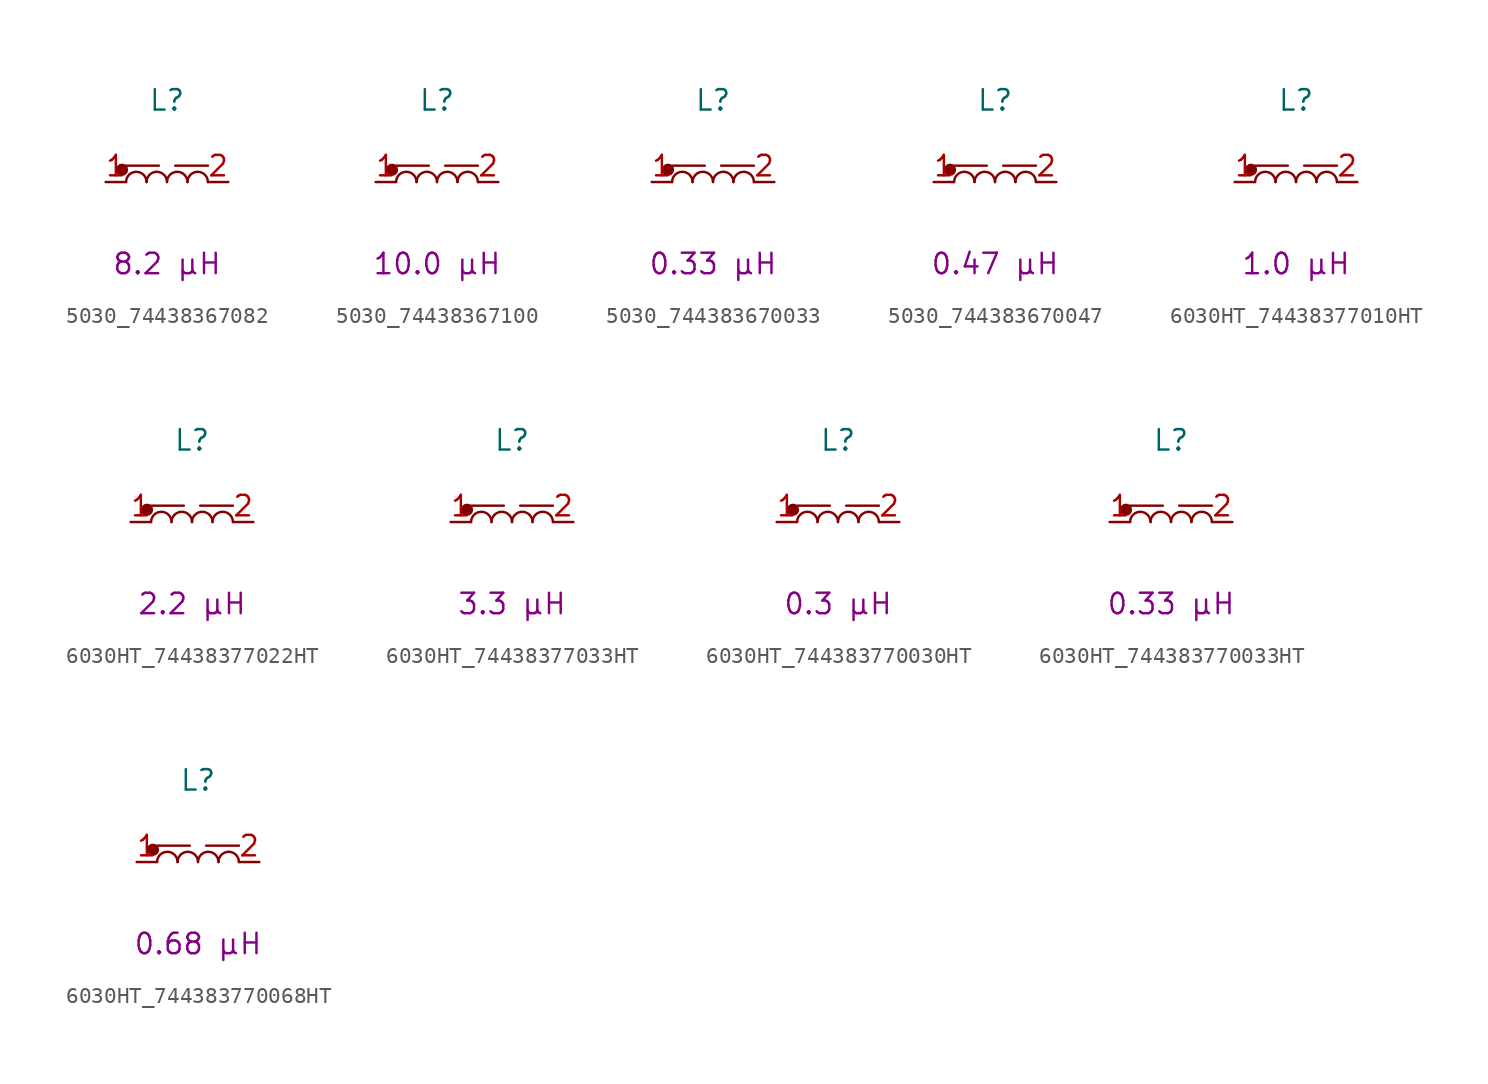
<source format=kicad_sym>
(kicad_symbol_lib
  (version 20220914)
  (generator kicad_symbol_editor)
  (symbol "5030_74438367082"
    (pin_names hide)
    (property "Reference" "L"
      (at 0 5.08 0)
      (effects (font (size 1.27 1.27))))
    (property "Critical Parameter" "8.2 µH"
      (at 0 -5.08 0)
      (effects (font (size 1.27 1.27))))
    (symbol "5030_74438367082_0_1"
      (arc (start -1.27 0) (mid -1.905 0.6323) (end -2.54 0) (stroke (width 0) (type default)) (fill (type none)))
      (arc (start 0 0) (mid -0.635 0.6323) (end -1.27 0) (stroke (width 0) (type default)) (fill (type none)))
      (polyline (pts (xy -2.54 1.016) (xy -0.508 1.016)) (stroke (width 0) (type default)) (fill (type none)))
      (arc (start 1.27 0) (mid 0.635 0.6323) (end 0 0) (stroke (width 0) (type default)) (fill (type none)))
      (arc (start 2.54 0) (mid 1.905 0.6323) (end 1.27 0) (stroke (width 0) (type default)) (fill (type none))))
    (symbol "5030_74438367082_1_1"
      (circle (center -2.794 0.762) (radius 0.0001) (stroke (width 0.381) (type default)) (fill (type none)))
      (polyline (pts (xy 2.54 1.016) (xy 0.508 1.016)) (stroke (width 0) (type default)) (fill (type none)))
      (pin passive line (at -3.81 0 0) (length 1.27) (name "1" (effects (font (size 1.27 1.27)))) (number "1" (effects (font (size 1.27 1.27)))))
      (pin passive line (at 3.81 0 180) (length 1.27) (name "2" (effects (font (size 1.27 1.27)))) (number "2" (effects (font (size 1.27 1.27)))))))
  (symbol "5030_74438367100"
    (pin_names hide)
    (property "Reference" "L"
      (at 0 5.08 0)
      (effects (font (size 1.27 1.27))))
    (property "Critical Parameter" "10.0 µH"
      (at 0 -5.08 0)
      (effects (font (size 1.27 1.27))))
    (symbol "5030_74438367100_0_1"
      (arc (start -1.27 0) (mid -1.905 0.6323) (end -2.54 0) (stroke (width 0) (type default)) (fill (type none)))
      (arc (start 0 0) (mid -0.635 0.6323) (end -1.27 0) (stroke (width 0) (type default)) (fill (type none)))
      (polyline (pts (xy -2.54 1.016) (xy -0.508 1.016)) (stroke (width 0) (type default)) (fill (type none)))
      (arc (start 1.27 0) (mid 0.635 0.6323) (end 0 0) (stroke (width 0) (type default)) (fill (type none)))
      (arc (start 2.54 0) (mid 1.905 0.6323) (end 1.27 0) (stroke (width 0) (type default)) (fill (type none))))
    (symbol "5030_74438367100_1_1"
      (circle (center -2.794 0.762) (radius 0.0001) (stroke (width 0.381) (type default)) (fill (type none)))
      (polyline (pts (xy 2.54 1.016) (xy 0.508 1.016)) (stroke (width 0) (type default)) (fill (type none)))
      (pin passive line (at -3.81 0 0) (length 1.27) (name "1" (effects (font (size 1.27 1.27)))) (number "1" (effects (font (size 1.27 1.27)))))
      (pin passive line (at 3.81 0 180) (length 1.27) (name "2" (effects (font (size 1.27 1.27)))) (number "2" (effects (font (size 1.27 1.27)))))))
  (symbol "5030_744383670033"
    (pin_names hide)
    (property "Reference" "L"
      (at 0 5.08 0)
      (effects (font (size 1.27 1.27))))
    (property "Critical Parameter" "0.33 µH"
      (at 0 -5.08 0)
      (effects (font (size 1.27 1.27))))
    (symbol "5030_744383670033_0_1"
      (arc (start -1.27 0) (mid -1.905 0.6323) (end -2.54 0) (stroke (width 0) (type default)) (fill (type none)))
      (arc (start 0 0) (mid -0.635 0.6323) (end -1.27 0) (stroke (width 0) (type default)) (fill (type none)))
      (polyline (pts (xy -2.54 1.016) (xy -0.508 1.016)) (stroke (width 0) (type default)) (fill (type none)))
      (arc (start 1.27 0) (mid 0.635 0.6323) (end 0 0) (stroke (width 0) (type default)) (fill (type none)))
      (arc (start 2.54 0) (mid 1.905 0.6323) (end 1.27 0) (stroke (width 0) (type default)) (fill (type none))))
    (symbol "5030_744383670033_1_1"
      (circle (center -2.794 0.762) (radius 0.0001) (stroke (width 0.381) (type default)) (fill (type none)))
      (polyline (pts (xy 2.54 1.016) (xy 0.508 1.016)) (stroke (width 0) (type default)) (fill (type none)))
      (pin passive line (at -3.81 0 0) (length 1.27) (name "1" (effects (font (size 1.27 1.27)))) (number "1" (effects (font (size 1.27 1.27)))))
      (pin passive line (at 3.81 0 180) (length 1.27) (name "2" (effects (font (size 1.27 1.27)))) (number "2" (effects (font (size 1.27 1.27)))))))
  (symbol "5030_744383670047"
    (pin_names hide)
    (property "Reference" "L"
      (at 0 5.08 0)
      (effects (font (size 1.27 1.27))))
    (property "Critical Parameter" "0.47 µH"
      (at 0 -5.08 0)
      (effects (font (size 1.27 1.27))))
    (symbol "5030_744383670047_0_1"
      (arc (start -1.27 0) (mid -1.905 0.6323) (end -2.54 0) (stroke (width 0) (type default)) (fill (type none)))
      (arc (start 0 0) (mid -0.635 0.6323) (end -1.27 0) (stroke (width 0) (type default)) (fill (type none)))
      (polyline (pts (xy -2.54 1.016) (xy -0.508 1.016)) (stroke (width 0) (type default)) (fill (type none)))
      (arc (start 1.27 0) (mid 0.635 0.6323) (end 0 0) (stroke (width 0) (type default)) (fill (type none)))
      (arc (start 2.54 0) (mid 1.905 0.6323) (end 1.27 0) (stroke (width 0) (type default)) (fill (type none))))
    (symbol "5030_744383670047_1_1"
      (circle (center -2.794 0.762) (radius 0.0001) (stroke (width 0.381) (type default)) (fill (type none)))
      (polyline (pts (xy 2.54 1.016) (xy 0.508 1.016)) (stroke (width 0) (type default)) (fill (type none)))
      (pin passive line (at -3.81 0 0) (length 1.27) (name "1" (effects (font (size 1.27 1.27)))) (number "1" (effects (font (size 1.27 1.27)))))
      (pin passive line (at 3.81 0 180) (length 1.27) (name "2" (effects (font (size 1.27 1.27)))) (number "2" (effects (font (size 1.27 1.27)))))))
  (symbol "6030HT_74438377010HT"
    (pin_names hide)
    (property "Reference" "L"
      (at 0 5.08 0)
      (effects (font (size 1.27 1.27))))
    (property "Critical Parameter" "1.0 µH"
      (at 0 -5.08 0)
      (effects (font (size 1.27 1.27))))
    (symbol "6030HT_74438377010HT_0_1"
      (arc (start -1.27 0) (mid -1.905 0.6323) (end -2.54 0) (stroke (width 0) (type default)) (fill (type none)))
      (arc (start 0 0) (mid -0.635 0.6323) (end -1.27 0) (stroke (width 0) (type default)) (fill (type none)))
      (polyline (pts (xy -2.54 1.016) (xy -0.508 1.016)) (stroke (width 0) (type default)) (fill (type none)))
      (arc (start 1.27 0) (mid 0.635 0.6323) (end 0 0) (stroke (width 0) (type default)) (fill (type none)))
      (arc (start 2.54 0) (mid 1.905 0.6323) (end 1.27 0) (stroke (width 0) (type default)) (fill (type none))))
    (symbol "6030HT_74438377010HT_1_1"
      (circle (center -2.794 0.762) (radius 0.0001) (stroke (width 0.381) (type default)) (fill (type none)))
      (polyline (pts (xy 2.54 1.016) (xy 0.508 1.016)) (stroke (width 0) (type default)) (fill (type none)))
      (pin passive line (at -3.81 0 0) (length 1.27) (name "1" (effects (font (size 1.27 1.27)))) (number "1" (effects (font (size 1.27 1.27)))))
      (pin passive line (at 3.81 0 180) (length 1.27) (name "2" (effects (font (size 1.27 1.27)))) (number "2" (effects (font (size 1.27 1.27)))))))
  (symbol "6030HT_74438377022HT"
    (pin_names hide)
    (property "Reference" "L"
      (at 0 5.08 0)
      (effects (font (size 1.27 1.27))))
    (property "Critical Parameter" "2.2 µH"
      (at 0 -5.08 0)
      (effects (font (size 1.27 1.27))))
    (symbol "6030HT_74438377022HT_0_1"
      (arc (start -1.27 0) (mid -1.905 0.6323) (end -2.54 0) (stroke (width 0) (type default)) (fill (type none)))
      (arc (start 0 0) (mid -0.635 0.6323) (end -1.27 0) (stroke (width 0) (type default)) (fill (type none)))
      (polyline (pts (xy -2.54 1.016) (xy -0.508 1.016)) (stroke (width 0) (type default)) (fill (type none)))
      (arc (start 1.27 0) (mid 0.635 0.6323) (end 0 0) (stroke (width 0) (type default)) (fill (type none)))
      (arc (start 2.54 0) (mid 1.905 0.6323) (end 1.27 0) (stroke (width 0) (type default)) (fill (type none))))
    (symbol "6030HT_74438377022HT_1_1"
      (circle (center -2.794 0.762) (radius 0.0001) (stroke (width 0.381) (type default)) (fill (type none)))
      (polyline (pts (xy 2.54 1.016) (xy 0.508 1.016)) (stroke (width 0) (type default)) (fill (type none)))
      (pin passive line (at -3.81 0 0) (length 1.27) (name "1" (effects (font (size 1.27 1.27)))) (number "1" (effects (font (size 1.27 1.27)))))
      (pin passive line (at 3.81 0 180) (length 1.27) (name "2" (effects (font (size 1.27 1.27)))) (number "2" (effects (font (size 1.27 1.27)))))))
  (symbol "6030HT_74438377033HT"
    (pin_names hide)
    (property "Reference" "L"
      (at 0 5.08 0)
      (effects (font (size 1.27 1.27))))
    (property "Critical Parameter" "3.3 µH"
      (at 0 -5.08 0)
      (effects (font (size 1.27 1.27))))
    (symbol "6030HT_74438377033HT_0_1"
      (arc (start -1.27 0) (mid -1.905 0.6323) (end -2.54 0) (stroke (width 0) (type default)) (fill (type none)))
      (arc (start 0 0) (mid -0.635 0.6323) (end -1.27 0) (stroke (width 0) (type default)) (fill (type none)))
      (polyline (pts (xy -2.54 1.016) (xy -0.508 1.016)) (stroke (width 0) (type default)) (fill (type none)))
      (arc (start 1.27 0) (mid 0.635 0.6323) (end 0 0) (stroke (width 0) (type default)) (fill (type none)))
      (arc (start 2.54 0) (mid 1.905 0.6323) (end 1.27 0) (stroke (width 0) (type default)) (fill (type none))))
    (symbol "6030HT_74438377033HT_1_1"
      (circle (center -2.794 0.762) (radius 0.0001) (stroke (width 0.381) (type default)) (fill (type none)))
      (polyline (pts (xy 2.54 1.016) (xy 0.508 1.016)) (stroke (width 0) (type default)) (fill (type none)))
      (pin passive line (at -3.81 0 0) (length 1.27) (name "1" (effects (font (size 1.27 1.27)))) (number "1" (effects (font (size 1.27 1.27)))))
      (pin passive line (at 3.81 0 180) (length 1.27) (name "2" (effects (font (size 1.27 1.27)))) (number "2" (effects (font (size 1.27 1.27)))))))
  (symbol "6030HT_744383770030HT"
    (pin_names hide)
    (property "Reference" "L"
      (at 0 5.08 0)
      (effects (font (size 1.27 1.27))))
    (property "Critical Parameter" "0.3 µH"
      (at 0 -5.08 0)
      (effects (font (size 1.27 1.27))))
    (symbol "6030HT_744383770030HT_0_1"
      (arc (start -1.27 0) (mid -1.905 0.6323) (end -2.54 0) (stroke (width 0) (type default)) (fill (type none)))
      (arc (start 0 0) (mid -0.635 0.6323) (end -1.27 0) (stroke (width 0) (type default)) (fill (type none)))
      (polyline (pts (xy -2.54 1.016) (xy -0.508 1.016)) (stroke (width 0) (type default)) (fill (type none)))
      (arc (start 1.27 0) (mid 0.635 0.6323) (end 0 0) (stroke (width 0) (type default)) (fill (type none)))
      (arc (start 2.54 0) (mid 1.905 0.6323) (end 1.27 0) (stroke (width 0) (type default)) (fill (type none))))
    (symbol "6030HT_744383770030HT_1_1"
      (circle (center -2.794 0.762) (radius 0.0001) (stroke (width 0.381) (type default)) (fill (type none)))
      (polyline (pts (xy 2.54 1.016) (xy 0.508 1.016)) (stroke (width 0) (type default)) (fill (type none)))
      (pin passive line (at -3.81 0 0) (length 1.27) (name "1" (effects (font (size 1.27 1.27)))) (number "1" (effects (font (size 1.27 1.27)))))
      (pin passive line (at 3.81 0 180) (length 1.27) (name "2" (effects (font (size 1.27 1.27)))) (number "2" (effects (font (size 1.27 1.27)))))))
  (symbol "6030HT_744383770033HT"
    (pin_names hide)
    (property "Reference" "L"
      (at 0 5.08 0)
      (effects (font (size 1.27 1.27))))
    (property "Critical Parameter" "0.33 µH"
      (at 0 -5.08 0)
      (effects (font (size 1.27 1.27))))
    (symbol "6030HT_744383770033HT_0_1"
      (arc (start -1.27 0) (mid -1.905 0.6323) (end -2.54 0) (stroke (width 0) (type default)) (fill (type none)))
      (arc (start 0 0) (mid -0.635 0.6323) (end -1.27 0) (stroke (width 0) (type default)) (fill (type none)))
      (polyline (pts (xy -2.54 1.016) (xy -0.508 1.016)) (stroke (width 0) (type default)) (fill (type none)))
      (arc (start 1.27 0) (mid 0.635 0.6323) (end 0 0) (stroke (width 0) (type default)) (fill (type none)))
      (arc (start 2.54 0) (mid 1.905 0.6323) (end 1.27 0) (stroke (width 0) (type default)) (fill (type none))))
    (symbol "6030HT_744383770033HT_1_1"
      (circle (center -2.794 0.762) (radius 0.0001) (stroke (width 0.381) (type default)) (fill (type none)))
      (polyline (pts (xy 2.54 1.016) (xy 0.508 1.016)) (stroke (width 0) (type default)) (fill (type none)))
      (pin passive line (at -3.81 0 0) (length 1.27) (name "1" (effects (font (size 1.27 1.27)))) (number "1" (effects (font (size 1.27 1.27)))))
      (pin passive line (at 3.81 0 180) (length 1.27) (name "2" (effects (font (size 1.27 1.27)))) (number "2" (effects (font (size 1.27 1.27)))))))
  (symbol "6030HT_744383770068HT"
    (pin_names hide)
    (property "Reference" "L"
      (at 0 5.08 0)
      (effects (font (size 1.27 1.27))))
    (property "Critical Parameter" "0.68 µH"
      (at 0 -5.08 0)
      (effects (font (size 1.27 1.27))))
    (symbol "6030HT_744383770068HT_0_1"
      (arc (start -1.27 0) (mid -1.905 0.6323) (end -2.54 0) (stroke (width 0) (type default)) (fill (type none)))
      (arc (start 0 0) (mid -0.635 0.6323) (end -1.27 0) (stroke (width 0) (type default)) (fill (type none)))
      (polyline (pts (xy -2.54 1.016) (xy -0.508 1.016)) (stroke (width 0) (type default)) (fill (type none)))
      (arc (start 1.27 0) (mid 0.635 0.6323) (end 0 0) (stroke (width 0) (type default)) (fill (type none)))
      (arc (start 2.54 0) (mid 1.905 0.6323) (end 1.27 0) (stroke (width 0) (type default)) (fill (type none))))
    (symbol "6030HT_744383770068HT_1_1"
      (circle (center -2.794 0.762) (radius 0.0001) (stroke (width 0.381) (type default)) (fill (type none)))
      (polyline (pts (xy 2.54 1.016) (xy 0.508 1.016)) (stroke (width 0) (type default)) (fill (type none)))
      (pin passive line (at -3.81 0 0) (length 1.27) (name "1" (effects (font (size 1.27 1.27)))) (number "1" (effects (font (size 1.27 1.27)))))
      (pin passive line (at 3.81 0 180) (length 1.27) (name "2" (effects (font (size 1.27 1.27)))) (number "2" (effects (font (size 1.27 1.27))))))))
</source>
